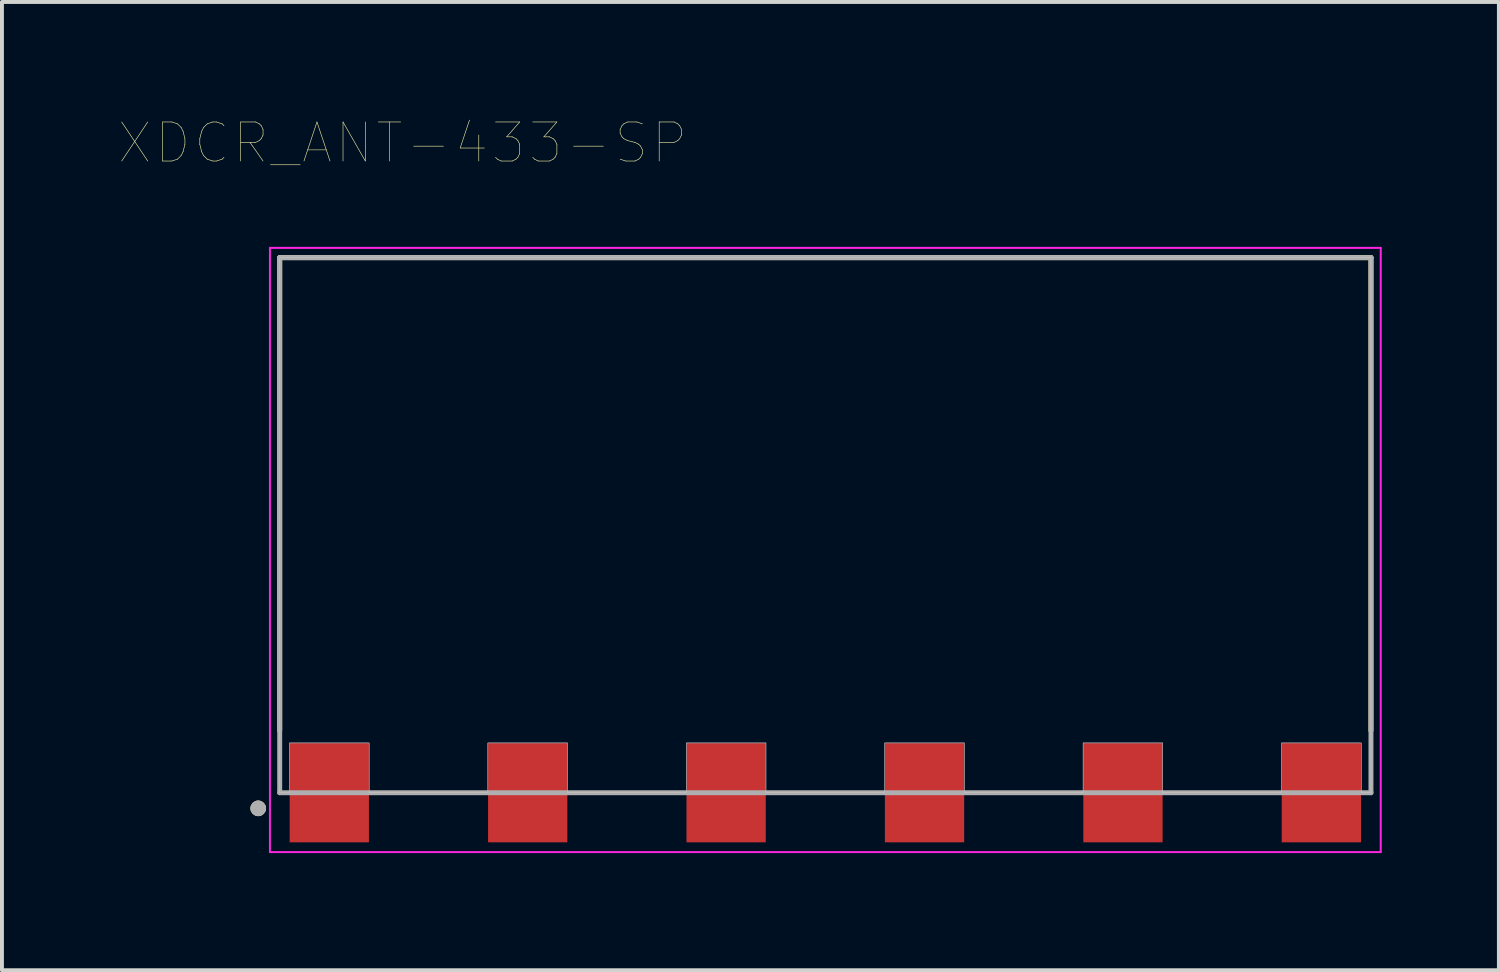
<source format=kicad_pcb>
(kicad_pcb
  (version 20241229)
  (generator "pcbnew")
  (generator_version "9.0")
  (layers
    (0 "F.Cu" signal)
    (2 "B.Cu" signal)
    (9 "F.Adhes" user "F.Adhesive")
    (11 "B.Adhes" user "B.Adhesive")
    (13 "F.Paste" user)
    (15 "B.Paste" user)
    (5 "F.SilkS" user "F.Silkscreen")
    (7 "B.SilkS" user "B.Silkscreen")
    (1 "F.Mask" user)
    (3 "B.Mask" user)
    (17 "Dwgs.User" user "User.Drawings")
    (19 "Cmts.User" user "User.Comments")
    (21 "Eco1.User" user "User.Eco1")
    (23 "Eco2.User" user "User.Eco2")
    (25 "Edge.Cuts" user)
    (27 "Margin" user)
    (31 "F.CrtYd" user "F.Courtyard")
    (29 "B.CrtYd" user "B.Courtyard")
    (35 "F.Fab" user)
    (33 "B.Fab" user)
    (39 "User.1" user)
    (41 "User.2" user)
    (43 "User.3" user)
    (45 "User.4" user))
  (footprint "XDCR_ANT-433-SP"
    (layer "F.Cu")
    (at 18.081 17.246)
    (property "Reference" "XDCR_ANT-433-SP" (at -10.825 -16.635 0) (layer "F.SilkS") (effects (font (size 1 1) (thickness 0.015))))
    (attr through_hole)
    (fp_line (start -13.97 -13.7) (end 13.97 -13.7) (stroke (width 0.127) (type solid)) (layer "F.SilkS"))
    (fp_line (start -13.97 -1.59) (end -13.97 -13.7) (stroke (width 0.127) (type solid)) (layer "F.SilkS"))
    (fp_line (start 13.97 -13.7) (end 13.97 -1.59) (stroke (width 0.127) (type solid)) (layer "F.SilkS"))
    (fp_circle (center -14.52 0.4) (end -14.42 0.4) (stroke (width 0.2) (type solid)) (fill no) (layer "F.SilkS"))
    (fp_poly (pts (xy -13.97 0) (xy -13.97 -13.7) (xy 13.97 -13.7) (xy 13.97 0) (xy 13.72 0) (xy 13.72 -1.275) (xy 11.68 -1.275) (xy 11.68 0) (xy 8.64 0) (xy 8.64 -1.275) (xy 6.6 -1.275) (xy 6.6 0) (xy 3.56 0) (xy 3.56 -1.275) (xy 1.52 -1.275) (xy 1.52 0) (xy -1.52 0) (xy -1.52 -1.275) (xy -3.56 -1.275) (xy -3.56 0) (xy -6.6 0) (xy -6.6 -1.275) (xy -8.64 -1.275) (xy -8.64 0) (xy -11.68 0) (xy -11.68 -1.275) (xy -13.72 -1.275) (xy -13.72 0)) (stroke (width 0.01) (type solid)) (fill no) (layer "Dwgs.User"))
    (fp_poly (pts (xy -13.97 0) (xy -13.97 -13.7) (xy 13.97 -13.7) (xy 13.97 0) (xy 13.72 0) (xy 13.72 -1.275) (xy 11.68 -1.275) (xy 11.68 0) (xy 8.64 0) (xy 8.64 -1.275) (xy 6.6 -1.275) (xy 6.6 0) (xy 3.56 0) (xy 3.56 -1.275) (xy 1.52 -1.275) (xy 1.52 0) (xy -1.52 0) (xy -1.52 -1.275) (xy -3.56 -1.275) (xy -3.56 0) (xy -6.6 0) (xy -6.6 -1.275) (xy -8.64 -1.275) (xy -8.64 0) (xy -11.68 0) (xy -11.68 -1.275) (xy -13.72 -1.275) (xy -13.72 0)) (stroke (width 0.01) (type solid)) (fill no) (layer "Dwgs.User"))
    (fp_line (start -14.22 -13.95) (end 14.22 -13.95) (stroke (width 0.05) (type solid)) (layer "F.CrtYd"))
    (fp_line (start -14.22 1.52) (end -14.22 -13.95) (stroke (width 0.05) (type solid)) (layer "F.CrtYd"))
    (fp_line (start 14.22 -13.95) (end 14.22 1.52) (stroke (width 0.05) (type solid)) (layer "F.CrtYd"))
    (fp_line (start 14.22 1.52) (end -14.22 1.52) (stroke (width 0.05) (type solid)) (layer "F.CrtYd"))
    (fp_line (start -13.97 -13.7) (end 13.97 -13.7) (stroke (width 0.127) (type solid)) (layer "F.Fab"))
    (fp_line (start -13.97 0) (end -13.97 -13.7) (stroke (width 0.127) (type solid)) (layer "F.Fab"))
    (fp_line (start 13.97 -13.7) (end 13.97 0) (stroke (width 0.127) (type solid)) (layer "F.Fab"))
    (fp_line (start 13.97 0) (end -13.97 0) (stroke (width 0.127) (type solid)) (layer "F.Fab"))
    (fp_circle (center -14.52 0.4) (end -14.42 0.4) (stroke (width 0.2) (type solid)) (fill no) (layer "F.Fab"))
    (pad "1" smd rect (at -12.7 0) (size 2.03 2.54) (layers "F.Cu" "F.Mask" "F.Paste"))
    (pad "2" smd rect (at -7.62 0) (size 2.03 2.54) (layers "F.Cu" "F.Mask" "F.Paste"))
    (pad "3" smd rect (at -2.54 0) (size 2.03 2.54) (layers "F.Cu" "F.Mask" "F.Paste"))
    (pad "4" smd rect (at 2.54 0) (size 2.03 2.54) (layers "F.Cu" "F.Mask" "F.Paste"))
    (pad "5" smd rect (at 7.62 0) (size 2.03 2.54) (layers "F.Cu" "F.Mask" "F.Paste"))
    (pad "6" smd rect (at 12.7 0) (size 2.03 2.54) (layers "F.Cu" "F.Mask" "F.Paste")))
  (gr_rect
    (start -3 -3)
    (end 35.326 21.791)
    (stroke (width 0.1) (type default))
    (fill no)
    (layer "Edge.Cuts")))
</source>
